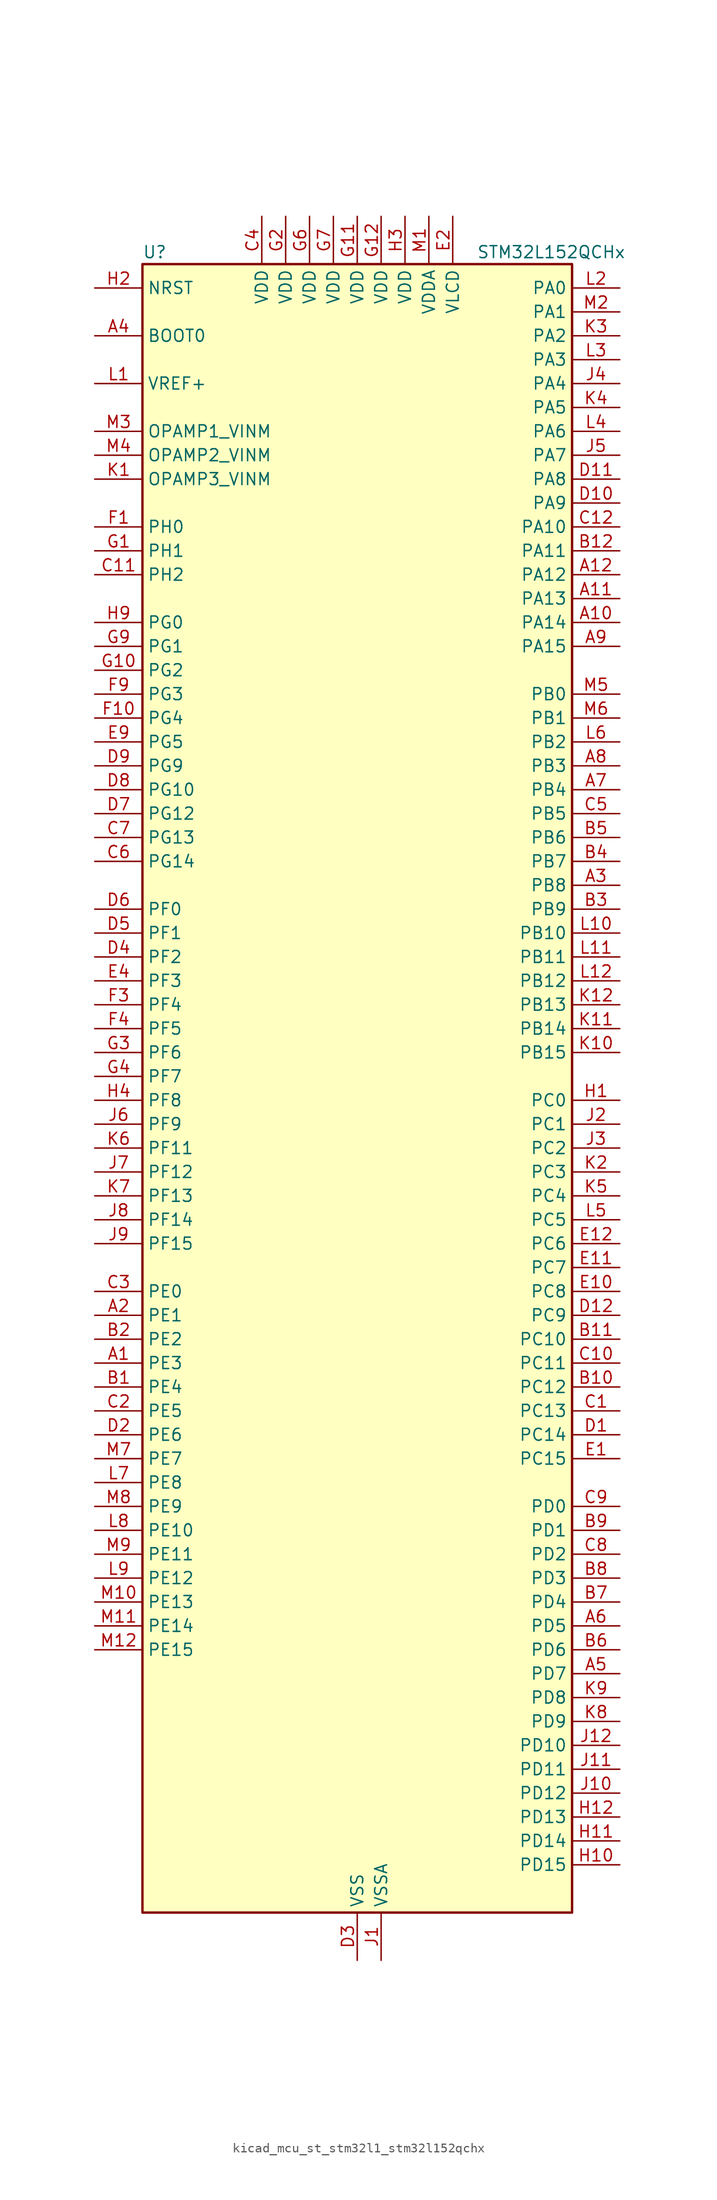
<source format=kicad_sym>
(kicad_symbol_lib
  (version 20220914)
  (generator kicad_symbol_editor)
  (symbol "kicad_mcu_st_stm32l1_stm32l152qchx"
    (property "Reference" "U"
      (at -22.86 90.17 0)
      (effects (font (size 1.27 1.27)) (justify left)))
    (property "Value" "STM32L152QCHx"
      (at 12.7 90.17 0)
      (effects (font (size 1.27 1.27)) (justify left)))
    (property "ki_locked" ""
      (at 0 0 0)
      (effects (font (size 1.27 1.27))))
    (symbol "kicad_mcu_st_stm32l1_stm32l152qchx_0_1"
      (rectangle (start -22.86 -86.36) (end 22.86 88.9) (stroke (width 0.254) (type default)) (fill (type background))))
    (symbol "kicad_mcu_st_stm32l1_stm32l152qchx_1_1"
      (pin bidirectional line (at -27.94 -27.94 0) (length 5.08) (name "PE3" (effects (font (size 1.27 1.27)))) (number "A1" (effects (font (size 1.27 1.27)))) (alternate "LCD_SEG39" bidirectional line) (alternate "SYS_TRACED0" bidirectional line) (alternate "TIM3_CH1" bidirectional line) (alternate "TIMX_IC4" bidirectional line))
      (pin bidirectional line (at 27.94 50.8 180) (length 5.08) (name "PA14" (effects (font (size 1.27 1.27)))) (number "A10" (effects (font (size 1.27 1.27)))) (alternate "SYS_JTCK-SWCLK" bidirectional line) (alternate "TIMX_IC3" bidirectional line) (alternate "TS_G5_IO2" bidirectional line))
      (pin bidirectional line (at 27.94 53.34 180) (length 5.08) (name "PA13" (effects (font (size 1.27 1.27)))) (number "A11" (effects (font (size 1.27 1.27)))) (alternate "SYS_JTMS-SWDIO" bidirectional line) (alternate "TIMX_IC2" bidirectional line) (alternate "TS_G5_IO1" bidirectional line))
      (pin bidirectional line (at 27.94 55.88 180) (length 5.08) (name "PA12" (effects (font (size 1.27 1.27)))) (number "A12" (effects (font (size 1.27 1.27)))) (alternate "SPI1_MOSI" bidirectional line) (alternate "TIMX_IC1" bidirectional line) (alternate "USART1_RTS" bidirectional line) (alternate "USB_DP" bidirectional line))
      (pin bidirectional line (at -27.94 -22.86 0) (length 5.08) (name "PE1" (effects (font (size 1.27 1.27)))) (number "A2" (effects (font (size 1.27 1.27)))) (alternate "LCD_SEG37" bidirectional line) (alternate "TIM11_CH1" bidirectional line) (alternate "TIMX_IC2" bidirectional line))
      (pin bidirectional line (at 27.94 22.86 180) (length 5.08) (name "PB8" (effects (font (size 1.27 1.27)))) (number "A3" (effects (font (size 1.27 1.27)))) (alternate "I2C1_SCL" bidirectional line) (alternate "LCD_SEG16" bidirectional line) (alternate "TIM10_CH1" bidirectional line) (alternate "TIM4_CH3" bidirectional line))
      (pin input line (at -27.94 81.28 0) (length 5.08) (name "BOOT0" (effects (font (size 1.27 1.27)))) (number "A4" (effects (font (size 1.27 1.27)))))
      (pin bidirectional line (at 27.94 -60.96 180) (length 5.08) (name "PD7" (effects (font (size 1.27 1.27)))) (number "A5" (effects (font (size 1.27 1.27)))) (alternate "TIM9_CH2" bidirectional line) (alternate "TIMX_IC4" bidirectional line) (alternate "USART2_CK" bidirectional line))
      (pin bidirectional line (at 27.94 -55.88 180) (length 5.08) (name "PD5" (effects (font (size 1.27 1.27)))) (number "A6" (effects (font (size 1.27 1.27)))) (alternate "TIMX_IC2" bidirectional line) (alternate "USART2_TX" bidirectional line))
      (pin bidirectional line (at 27.94 33.02 180) (length 5.08) (name "PB4" (effects (font (size 1.27 1.27)))) (number "A7" (effects (font (size 1.27 1.27)))) (alternate "COMP2_INP" bidirectional line) (alternate "LCD_SEG8" bidirectional line) (alternate "SPI1_MISO" bidirectional line) (alternate "SPI3_MISO" bidirectional line) (alternate "SYS_JTRST" bidirectional line) (alternate "TIM3_CH1" bidirectional line) (alternate "TS_G6_IO1" bidirectional line))
      (pin bidirectional line (at 27.94 35.56 180) (length 5.08) (name "PB3" (effects (font (size 1.27 1.27)))) (number "A8" (effects (font (size 1.27 1.27)))) (alternate "COMP2_INM" bidirectional line) (alternate "I2S3_CK" bidirectional line) (alternate "LCD_SEG7" bidirectional line) (alternate "SPI1_SCK" bidirectional line) (alternate "SPI3_SCK" bidirectional line) (alternate "SYS_JTDO-TRACESWO" bidirectional line) (alternate "TIM2_CH2" bidirectional line))
      (pin bidirectional line (at 27.94 48.26 180) (length 5.08) (name "PA15" (effects (font (size 1.27 1.27)))) (number "A9" (effects (font (size 1.27 1.27)))) (alternate "ADC_EXTI15" bidirectional line) (alternate "I2S3_WS" bidirectional line) (alternate "LCD_SEG17" bidirectional line) (alternate "SPI1_NSS" bidirectional line) (alternate "SPI3_NSS" bidirectional line) (alternate "SYS_JTDI" bidirectional line) (alternate "TIM2_CH1" bidirectional line) (alternate "TIM2_ETR" bidirectional line) (alternate "TIMX_IC4" bidirectional line) (alternate "TS_G5_IO3" bidirectional line))
      (pin bidirectional line (at -27.94 -30.48 0) (length 5.08) (name "PE4" (effects (font (size 1.27 1.27)))) (number "B1" (effects (font (size 1.27 1.27)))) (alternate "SYS_TRACED1" bidirectional line) (alternate "TIM3_CH2" bidirectional line) (alternate "TIMX_IC1" bidirectional line))
      (pin bidirectional line (at 27.94 -30.48 180) (length 5.08) (name "PC12" (effects (font (size 1.27 1.27)))) (number "B10" (effects (font (size 1.27 1.27)))) (alternate "I2S3_SD" bidirectional line) (alternate "LCD_COM6" bidirectional line) (alternate "LCD_SEG30" bidirectional line) (alternate "LCD_SEG42" bidirectional line) (alternate "SPI3_MOSI" bidirectional line) (alternate "TIMX_IC1" bidirectional line) (alternate "USART3_CK" bidirectional line))
      (pin bidirectional line (at 27.94 -25.4 180) (length 5.08) (name "PC10" (effects (font (size 1.27 1.27)))) (number "B11" (effects (font (size 1.27 1.27)))) (alternate "I2S3_CK" bidirectional line) (alternate "LCD_COM4" bidirectional line) (alternate "LCD_SEG28" bidirectional line) (alternate "LCD_SEG40" bidirectional line) (alternate "SPI3_SCK" bidirectional line) (alternate "TIMX_IC3" bidirectional line) (alternate "USART3_TX" bidirectional line))
      (pin bidirectional line (at 27.94 58.42 180) (length 5.08) (name "PA11" (effects (font (size 1.27 1.27)))) (number "B12" (effects (font (size 1.27 1.27)))) (alternate "ADC_EXTI11" bidirectional line) (alternate "SPI1_MISO" bidirectional line) (alternate "TIMX_IC4" bidirectional line) (alternate "USART1_CTS" bidirectional line) (alternate "USB_DM" bidirectional line))
      (pin bidirectional line (at -27.94 -25.4 0) (length 5.08) (name "PE2" (effects (font (size 1.27 1.27)))) (number "B2" (effects (font (size 1.27 1.27)))) (alternate "LCD_SEG38" bidirectional line) (alternate "SYS_TRACECK" bidirectional line) (alternate "TIM3_ETR" bidirectional line) (alternate "TIMX_IC3" bidirectional line))
      (pin bidirectional line (at 27.94 20.32 180) (length 5.08) (name "PB9" (effects (font (size 1.27 1.27)))) (number "B3" (effects (font (size 1.27 1.27)))) (alternate "DAC_EXTI9" bidirectional line) (alternate "I2C1_SDA" bidirectional line) (alternate "LCD_COM3" bidirectional line) (alternate "TIM11_CH1" bidirectional line) (alternate "TIM4_CH4" bidirectional line))
      (pin bidirectional line (at 27.94 25.4 180) (length 5.08) (name "PB7" (effects (font (size 1.27 1.27)))) (number "B4" (effects (font (size 1.27 1.27)))) (alternate "COMP2_INP" bidirectional line) (alternate "I2C1_SDA" bidirectional line) (alternate "SYS_PVD_IN" bidirectional line) (alternate "TIM4_CH2" bidirectional line) (alternate "TS_G6_IO4" bidirectional line) (alternate "USART1_RX" bidirectional line))
      (pin bidirectional line (at 27.94 27.94 180) (length 5.08) (name "PB6" (effects (font (size 1.27 1.27)))) (number "B5" (effects (font (size 1.27 1.27)))) (alternate "COMP2_INP" bidirectional line) (alternate "I2C1_SCL" bidirectional line) (alternate "TIM4_CH1" bidirectional line) (alternate "TS_G6_IO3" bidirectional line) (alternate "USART1_TX" bidirectional line))
      (pin bidirectional line (at 27.94 -58.42 180) (length 5.08) (name "PD6" (effects (font (size 1.27 1.27)))) (number "B6" (effects (font (size 1.27 1.27)))) (alternate "TIMX_IC3" bidirectional line) (alternate "USART2_RX" bidirectional line))
      (pin bidirectional line (at 27.94 -53.34 180) (length 5.08) (name "PD4" (effects (font (size 1.27 1.27)))) (number "B7" (effects (font (size 1.27 1.27)))) (alternate "I2S2_SD" bidirectional line) (alternate "SPI2_MOSI" bidirectional line) (alternate "TIMX_IC1" bidirectional line) (alternate "USART2_RTS" bidirectional line))
      (pin bidirectional line (at 27.94 -50.8 180) (length 5.08) (name "PD3" (effects (font (size 1.27 1.27)))) (number "B8" (effects (font (size 1.27 1.27)))) (alternate "SPI2_MISO" bidirectional line) (alternate "TIMX_IC4" bidirectional line) (alternate "USART2_CTS" bidirectional line))
      (pin bidirectional line (at 27.94 -45.72 180) (length 5.08) (name "PD1" (effects (font (size 1.27 1.27)))) (number "B9" (effects (font (size 1.27 1.27)))) (alternate "I2S2_CK" bidirectional line) (alternate "SPI2_SCK" bidirectional line) (alternate "TIMX_IC2" bidirectional line))
      (pin bidirectional line (at 27.94 -33.02 180) (length 5.08) (name "PC13" (effects (font (size 1.27 1.27)))) (number "C1" (effects (font (size 1.27 1.27)))) (alternate "RTC_OUT_ALARM" bidirectional line) (alternate "RTC_OUT_CALIB" bidirectional line) (alternate "RTC_TAMP1" bidirectional line) (alternate "RTC_TS" bidirectional line) (alternate "SYS_WKUP2" bidirectional line) (alternate "TIMX_IC2" bidirectional line))
      (pin bidirectional line (at 27.94 -27.94 180) (length 5.08) (name "PC11" (effects (font (size 1.27 1.27)))) (number "C10" (effects (font (size 1.27 1.27)))) (alternate "ADC_EXTI11" bidirectional line) (alternate "LCD_COM5" bidirectional line) (alternate "LCD_SEG29" bidirectional line) (alternate "LCD_SEG41" bidirectional line) (alternate "SPI3_MISO" bidirectional line) (alternate "TIMX_IC4" bidirectional line) (alternate "USART3_RX" bidirectional line))
      (pin bidirectional line (at -27.94 55.88 0) (length 5.08) (name "PH2" (effects (font (size 1.27 1.27)))) (number "C11" (effects (font (size 1.27 1.27)))))
      (pin bidirectional line (at 27.94 60.96 180) (length 5.08) (name "PA10" (effects (font (size 1.27 1.27)))) (number "C12" (effects (font (size 1.27 1.27)))) (alternate "LCD_COM2" bidirectional line) (alternate "TIMX_IC3" bidirectional line) (alternate "TS_G4_IO3" bidirectional line) (alternate "USART1_RX" bidirectional line))
      (pin bidirectional line (at -27.94 -33.02 0) (length 5.08) (name "PE5" (effects (font (size 1.27 1.27)))) (number "C2" (effects (font (size 1.27 1.27)))) (alternate "SYS_TRACED2" bidirectional line) (alternate "TIM9_CH1" bidirectional line) (alternate "TIMX_IC2" bidirectional line))
      (pin bidirectional line (at -27.94 -20.32 0) (length 5.08) (name "PE0" (effects (font (size 1.27 1.27)))) (number "C3" (effects (font (size 1.27 1.27)))) (alternate "LCD_SEG36" bidirectional line) (alternate "TIM10_CH1" bidirectional line) (alternate "TIM4_ETR" bidirectional line) (alternate "TIMX_IC1" bidirectional line))
      (pin power_in line (at -10.16 93.98 270) (length 5.08) (name "VDD" (effects (font (size 1.27 1.27)))) (number "C4" (effects (font (size 1.27 1.27)))))
      (pin bidirectional line (at 27.94 30.48 180) (length 5.08) (name "PB5" (effects (font (size 1.27 1.27)))) (number "C5" (effects (font (size 1.27 1.27)))) (alternate "COMP2_INP" bidirectional line) (alternate "I2C1_SMBA" bidirectional line) (alternate "I2S3_SD" bidirectional line) (alternate "LCD_SEG9" bidirectional line) (alternate "SPI1_MOSI" bidirectional line) (alternate "SPI3_MOSI" bidirectional line) (alternate "TIM3_CH2" bidirectional line) (alternate "TS_G6_IO2" bidirectional line))
      (pin bidirectional line (at -27.94 25.4 0) (length 5.08) (name "PG14" (effects (font (size 1.27 1.27)))) (number "C6" (effects (font (size 1.27 1.27)))))
      (pin bidirectional line (at -27.94 27.94 0) (length 5.08) (name "PG13" (effects (font (size 1.27 1.27)))) (number "C7" (effects (font (size 1.27 1.27)))))
      (pin bidirectional line (at 27.94 -48.26 180) (length 5.08) (name "PD2" (effects (font (size 1.27 1.27)))) (number "C8" (effects (font (size 1.27 1.27)))) (alternate "LCD_COM7" bidirectional line) (alternate "LCD_SEG31" bidirectional line) (alternate "LCD_SEG43" bidirectional line) (alternate "TIM3_ETR" bidirectional line) (alternate "TIMX_IC3" bidirectional line))
      (pin bidirectional line (at 27.94 -43.18 180) (length 5.08) (name "PD0" (effects (font (size 1.27 1.27)))) (number "C9" (effects (font (size 1.27 1.27)))) (alternate "I2S2_WS" bidirectional line) (alternate "SPI2_NSS" bidirectional line) (alternate "TIM9_CH1" bidirectional line) (alternate "TIMX_IC1" bidirectional line))
      (pin bidirectional line (at 27.94 -35.56 180) (length 5.08) (name "PC14" (effects (font (size 1.27 1.27)))) (number "D1" (effects (font (size 1.27 1.27)))) (alternate "RCC_OSC32_IN" bidirectional line) (alternate "TIMX_IC3" bidirectional line))
      (pin bidirectional line (at 27.94 63.5 180) (length 5.08) (name "PA9" (effects (font (size 1.27 1.27)))) (number "D10" (effects (font (size 1.27 1.27)))) (alternate "DAC_EXTI9" bidirectional line) (alternate "LCD_COM1" bidirectional line) (alternate "TIMX_IC2" bidirectional line) (alternate "TS_G4_IO2" bidirectional line) (alternate "USART1_TX" bidirectional line))
      (pin bidirectional line (at 27.94 66.04 180) (length 5.08) (name "PA8" (effects (font (size 1.27 1.27)))) (number "D11" (effects (font (size 1.27 1.27)))) (alternate "LCD_COM0" bidirectional line) (alternate "RCC_MCO" bidirectional line) (alternate "TIMX_IC1" bidirectional line) (alternate "TS_G4_IO1" bidirectional line) (alternate "USART1_CK" bidirectional line))
      (pin bidirectional line (at 27.94 -22.86 180) (length 5.08) (name "PC9" (effects (font (size 1.27 1.27)))) (number "D12" (effects (font (size 1.27 1.27)))) (alternate "DAC_EXTI9" bidirectional line) (alternate "LCD_SEG27" bidirectional line) (alternate "TIM3_CH4" bidirectional line) (alternate "TIMX_IC2" bidirectional line) (alternate "TS_G10_IO4" bidirectional line))
      (pin bidirectional line (at -27.94 -35.56 0) (length 5.08) (name "PE6" (effects (font (size 1.27 1.27)))) (number "D2" (effects (font (size 1.27 1.27)))) (alternate "RTC_TAMP3" bidirectional line) (alternate "SYS_TRACED3" bidirectional line) (alternate "SYS_WKUP3" bidirectional line) (alternate "TIM9_CH2" bidirectional line) (alternate "TIMX_IC3" bidirectional line))
      (pin power_in line (at 0 -91.44 90) (length 5.08) (name "VSS" (effects (font (size 1.27 1.27)))) (number "D3" (effects (font (size 1.27 1.27)))))
      (pin bidirectional line (at -27.94 15.24 0) (length 5.08) (name "PF2" (effects (font (size 1.27 1.27)))) (number "D4" (effects (font (size 1.27 1.27)))))
      (pin bidirectional line (at -27.94 17.78 0) (length 5.08) (name "PF1" (effects (font (size 1.27 1.27)))) (number "D5" (effects (font (size 1.27 1.27)))))
      (pin bidirectional line (at -27.94 20.32 0) (length 5.08) (name "PF0" (effects (font (size 1.27 1.27)))) (number "D6" (effects (font (size 1.27 1.27)))))
      (pin bidirectional line (at -27.94 30.48 0) (length 5.08) (name "PG12" (effects (font (size 1.27 1.27)))) (number "D7" (effects (font (size 1.27 1.27)))))
      (pin bidirectional line (at -27.94 33.02 0) (length 5.08) (name "PG10" (effects (font (size 1.27 1.27)))) (number "D8" (effects (font (size 1.27 1.27)))))
      (pin bidirectional line (at -27.94 35.56 0) (length 5.08) (name "PG9" (effects (font (size 1.27 1.27)))) (number "D9" (effects (font (size 1.27 1.27)))) (alternate "DAC_EXTI9" bidirectional line))
      (pin bidirectional line (at 27.94 -38.1 180) (length 5.08) (name "PC15" (effects (font (size 1.27 1.27)))) (number "E1" (effects (font (size 1.27 1.27)))) (alternate "ADC_EXTI15" bidirectional line) (alternate "RCC_OSC32_OUT" bidirectional line) (alternate "TIMX_IC4" bidirectional line))
      (pin bidirectional line (at 27.94 -20.32 180) (length 5.08) (name "PC8" (effects (font (size 1.27 1.27)))) (number "E10" (effects (font (size 1.27 1.27)))) (alternate "LCD_SEG26" bidirectional line) (alternate "TIM3_CH3" bidirectional line) (alternate "TIMX_IC1" bidirectional line) (alternate "TS_G10_IO3" bidirectional line))
      (pin bidirectional line (at 27.94 -17.78 180) (length 5.08) (name "PC7" (effects (font (size 1.27 1.27)))) (number "E11" (effects (font (size 1.27 1.27)))) (alternate "I2S3_MCK" bidirectional line) (alternate "LCD_SEG25" bidirectional line) (alternate "TIM3_CH2" bidirectional line) (alternate "TIMX_IC4" bidirectional line) (alternate "TS_G10_IO2" bidirectional line))
      (pin bidirectional line (at 27.94 -15.24 180) (length 5.08) (name "PC6" (effects (font (size 1.27 1.27)))) (number "E12" (effects (font (size 1.27 1.27)))) (alternate "I2S2_MCK" bidirectional line) (alternate "LCD_SEG24" bidirectional line) (alternate "TIM3_CH1" bidirectional line) (alternate "TIMX_IC3" bidirectional line) (alternate "TS_G10_IO1" bidirectional line))
      (pin power_in line (at 10.16 93.98 270) (length 5.08) (name "VLCD" (effects (font (size 1.27 1.27)))) (number "E2" (effects (font (size 1.27 1.27)))))
      (pin passive line (at 0 -91.44 90) (length 5.08) hide (name "VSS" (effects (font (size 1.27 1.27)))) (number "E3" (effects (font (size 1.27 1.27)))))
      (pin bidirectional line (at -27.94 12.7 0) (length 5.08) (name "PF3" (effects (font (size 1.27 1.27)))) (number "E4" (effects (font (size 1.27 1.27)))))
      (pin bidirectional line (at -27.94 38.1 0) (length 5.08) (name "PG5" (effects (font (size 1.27 1.27)))) (number "E9" (effects (font (size 1.27 1.27)))))
      (pin bidirectional line (at -27.94 60.96 0) (length 5.08) (name "PH0" (effects (font (size 1.27 1.27)))) (number "F1" (effects (font (size 1.27 1.27)))) (alternate "RCC_OSC_IN" bidirectional line))
      (pin bidirectional line (at -27.94 40.64 0) (length 5.08) (name "PG4" (effects (font (size 1.27 1.27)))) (number "F10" (effects (font (size 1.27 1.27)))) (alternate "ADC_IN12b" bidirectional line) (alternate "TS_G7_IO7" bidirectional line))
      (pin passive line (at 0 -91.44 90) (length 5.08) hide (name "VSS" (effects (font (size 1.27 1.27)))) (number "F11" (effects (font (size 1.27 1.27)))))
      (pin passive line (at 0 -91.44 90) (length 5.08) hide (name "VSS" (effects (font (size 1.27 1.27)))) (number "F12" (effects (font (size 1.27 1.27)))))
      (pin passive line (at 0 -91.44 90) (length 5.08) hide (name "VSS" (effects (font (size 1.27 1.27)))) (number "F2" (effects (font (size 1.27 1.27)))))
      (pin bidirectional line (at -27.94 10.16 0) (length 5.08) (name "PF4" (effects (font (size 1.27 1.27)))) (number "F3" (effects (font (size 1.27 1.27)))))
      (pin bidirectional line (at -27.94 7.62 0) (length 5.08) (name "PF5" (effects (font (size 1.27 1.27)))) (number "F4" (effects (font (size 1.27 1.27)))))
      (pin passive line (at 0 -91.44 90) (length 5.08) hide (name "VSS" (effects (font (size 1.27 1.27)))) (number "F6" (effects (font (size 1.27 1.27)))))
      (pin passive line (at 0 -91.44 90) (length 5.08) hide (name "VSS" (effects (font (size 1.27 1.27)))) (number "F7" (effects (font (size 1.27 1.27)))))
      (pin bidirectional line (at -27.94 43.18 0) (length 5.08) (name "PG3" (effects (font (size 1.27 1.27)))) (number "F9" (effects (font (size 1.27 1.27)))) (alternate "ADC_IN11b" bidirectional line) (alternate "TS_G7_IO6" bidirectional line))
      (pin bidirectional line (at -27.94 58.42 0) (length 5.08) (name "PH1" (effects (font (size 1.27 1.27)))) (number "G1" (effects (font (size 1.27 1.27)))) (alternate "RCC_OSC_OUT" bidirectional line))
      (pin bidirectional line (at -27.94 45.72 0) (length 5.08) (name "PG2" (effects (font (size 1.27 1.27)))) (number "G10" (effects (font (size 1.27 1.27)))) (alternate "ADC_IN10b" bidirectional line) (alternate "TS_G7_IO5" bidirectional line))
      (pin power_in line (at 0 93.98 270) (length 5.08) (name "VDD" (effects (font (size 1.27 1.27)))) (number "G11" (effects (font (size 1.27 1.27)))))
      (pin power_in line (at 2.54 93.98 270) (length 5.08) (name "VDD" (effects (font (size 1.27 1.27)))) (number "G12" (effects (font (size 1.27 1.27)))))
      (pin power_in line (at -7.62 93.98 270) (length 5.08) (name "VDD" (effects (font (size 1.27 1.27)))) (number "G2" (effects (font (size 1.27 1.27)))))
      (pin bidirectional line (at -27.94 5.08 0) (length 5.08) (name "PF6" (effects (font (size 1.27 1.27)))) (number "G3" (effects (font (size 1.27 1.27)))) (alternate "ADC_IN27" bidirectional line) (alternate "TIM5_CH1" bidirectional line) (alternate "TIM5_ETR" bidirectional line) (alternate "TS_G11_IO1" bidirectional line))
      (pin bidirectional line (at -27.94 2.54 0) (length 5.08) (name "PF7" (effects (font (size 1.27 1.27)))) (number "G4" (effects (font (size 1.27 1.27)))) (alternate "ADC_IN28" bidirectional line) (alternate "COMP1_INP" bidirectional line) (alternate "TIM5_CH2" bidirectional line) (alternate "TS_G11_IO2" bidirectional line))
      (pin power_in line (at -5.08 93.98 270) (length 5.08) (name "VDD" (effects (font (size 1.27 1.27)))) (number "G6" (effects (font (size 1.27 1.27)))))
      (pin power_in line (at -2.54 93.98 270) (length 5.08) (name "VDD" (effects (font (size 1.27 1.27)))) (number "G7" (effects (font (size 1.27 1.27)))))
      (pin bidirectional line (at -27.94 48.26 0) (length 5.08) (name "PG1" (effects (font (size 1.27 1.27)))) (number "G9" (effects (font (size 1.27 1.27)))) (alternate "ADC_IN9b" bidirectional line) (alternate "TS_G2_IO5" bidirectional line))
      (pin bidirectional line (at 27.94 0 180) (length 5.08) (name "PC0" (effects (font (size 1.27 1.27)))) (number "H1" (effects (font (size 1.27 1.27)))) (alternate "ADC_IN10" bidirectional line) (alternate "COMP1_INP" bidirectional line) (alternate "LCD_SEG18" bidirectional line) (alternate "TIMX_IC1" bidirectional line) (alternate "TS_G8_IO1" bidirectional line))
      (pin bidirectional line (at 27.94 -81.28 180) (length 5.08) (name "PD15" (effects (font (size 1.27 1.27)))) (number "H10" (effects (font (size 1.27 1.27)))) (alternate "ADC_EXTI15" bidirectional line) (alternate "LCD_SEG35" bidirectional line) (alternate "TIM4_CH4" bidirectional line) (alternate "TIMX_IC4" bidirectional line))
      (pin bidirectional line (at 27.94 -78.74 180) (length 5.08) (name "PD14" (effects (font (size 1.27 1.27)))) (number "H11" (effects (font (size 1.27 1.27)))) (alternate "LCD_SEG34" bidirectional line) (alternate "TIM4_CH3" bidirectional line) (alternate "TIMX_IC3" bidirectional line))
      (pin bidirectional line (at 27.94 -76.2 180) (length 5.08) (name "PD13" (effects (font (size 1.27 1.27)))) (number "H12" (effects (font (size 1.27 1.27)))) (alternate "LCD_SEG33" bidirectional line) (alternate "TIM4_CH2" bidirectional line) (alternate "TIMX_IC2" bidirectional line))
      (pin input line (at -27.94 86.36 0) (length 5.08) (name "NRST" (effects (font (size 1.27 1.27)))) (number "H2" (effects (font (size 1.27 1.27)))))
      (pin power_in line (at 5.08 93.98 270) (length 5.08) (name "VDD" (effects (font (size 1.27 1.27)))) (number "H3" (effects (font (size 1.27 1.27)))))
      (pin bidirectional line (at -27.94 0 0) (length 5.08) (name "PF8" (effects (font (size 1.27 1.27)))) (number "H4" (effects (font (size 1.27 1.27)))) (alternate "ADC_IN29" bidirectional line) (alternate "COMP1_INP" bidirectional line) (alternate "TIM5_CH3" bidirectional line) (alternate "TS_G11_IO3" bidirectional line))
      (pin bidirectional line (at -27.94 50.8 0) (length 5.08) (name "PG0" (effects (font (size 1.27 1.27)))) (number "H9" (effects (font (size 1.27 1.27)))) (alternate "ADC_IN8b" bidirectional line) (alternate "TS_G2_IO4" bidirectional line))
      (pin power_in line (at 2.54 -91.44 90) (length 5.08) (name "VSSA" (effects (font (size 1.27 1.27)))) (number "J1" (effects (font (size 1.27 1.27)))))
      (pin bidirectional line (at 27.94 -73.66 180) (length 5.08) (name "PD12" (effects (font (size 1.27 1.27)))) (number "J10" (effects (font (size 1.27 1.27)))) (alternate "LCD_SEG32" bidirectional line) (alternate "TIM4_CH1" bidirectional line) (alternate "TIMX_IC1" bidirectional line) (alternate "USART3_RTS" bidirectional line))
      (pin bidirectional line (at 27.94 -71.12 180) (length 5.08) (name "PD11" (effects (font (size 1.27 1.27)))) (number "J11" (effects (font (size 1.27 1.27)))) (alternate "ADC_EXTI11" bidirectional line) (alternate "LCD_SEG31" bidirectional line) (alternate "TIMX_IC4" bidirectional line) (alternate "USART3_CTS" bidirectional line))
      (pin bidirectional line (at 27.94 -68.58 180) (length 5.08) (name "PD10" (effects (font (size 1.27 1.27)))) (number "J12" (effects (font (size 1.27 1.27)))) (alternate "LCD_SEG30" bidirectional line) (alternate "TIMX_IC3" bidirectional line) (alternate "USART3_CK" bidirectional line))
      (pin bidirectional line (at 27.94 -2.54 180) (length 5.08) (name "PC1" (effects (font (size 1.27 1.27)))) (number "J2" (effects (font (size 1.27 1.27)))) (alternate "ADC_IN11" bidirectional line) (alternate "COMP1_INP" bidirectional line) (alternate "LCD_SEG19" bidirectional line) (alternate "TIMX_IC2" bidirectional line) (alternate "TS_G8_IO2" bidirectional line))
      (pin bidirectional line (at 27.94 -5.08 180) (length 5.08) (name "PC2" (effects (font (size 1.27 1.27)))) (number "J3" (effects (font (size 1.27 1.27)))) (alternate "ADC_IN12" bidirectional line) (alternate "COMP1_INP" bidirectional line) (alternate "LCD_SEG20" bidirectional line) (alternate "TIMX_IC3" bidirectional line) (alternate "TS_G8_IO3" bidirectional line))
      (pin bidirectional line (at 27.94 76.2 180) (length 5.08) (name "PA4" (effects (font (size 1.27 1.27)))) (number "J4" (effects (font (size 1.27 1.27)))) (alternate "ADC_IN4" bidirectional line) (alternate "COMP1_INP" bidirectional line) (alternate "DAC_OUT1" bidirectional line) (alternate "I2S3_WS" bidirectional line) (alternate "SPI1_NSS" bidirectional line) (alternate "SPI3_NSS" bidirectional line) (alternate "TIMX_IC1" bidirectional line) (alternate "USART2_CK" bidirectional line))
      (pin bidirectional line (at 27.94 68.58 180) (length 5.08) (name "PA7" (effects (font (size 1.27 1.27)))) (number "J5" (effects (font (size 1.27 1.27)))) (alternate "ADC_IN7" bidirectional line) (alternate "COMP1_INP" bidirectional line) (alternate "LCD_SEG4" bidirectional line) (alternate "SPI1_MOSI" bidirectional line) (alternate "TIM11_CH1" bidirectional line) (alternate "TIM3_CH2" bidirectional line) (alternate "TIMX_IC4" bidirectional line) (alternate "TS_G2_IO2" bidirectional line))
      (pin bidirectional line (at -27.94 -2.54 0) (length 5.08) (name "PF9" (effects (font (size 1.27 1.27)))) (number "J6" (effects (font (size 1.27 1.27)))) (alternate "ADC_IN30" bidirectional line) (alternate "COMP1_INP" bidirectional line) (alternate "DAC_EXTI9" bidirectional line) (alternate "TIM5_CH4" bidirectional line) (alternate "TS_G11_IO4" bidirectional line))
      (pin bidirectional line (at -27.94 -7.62 0) (length 5.08) (name "PF12" (effects (font (size 1.27 1.27)))) (number "J7" (effects (font (size 1.27 1.27)))) (alternate "ADC_IN2b" bidirectional line) (alternate "TS_G3_IO5" bidirectional line))
      (pin bidirectional line (at -27.94 -12.7 0) (length 5.08) (name "PF14" (effects (font (size 1.27 1.27)))) (number "J8" (effects (font (size 1.27 1.27)))) (alternate "ADC_IN6b" bidirectional line) (alternate "TS_G9_IO4" bidirectional line))
      (pin bidirectional line (at -27.94 -15.24 0) (length 5.08) (name "PF15" (effects (font (size 1.27 1.27)))) (number "J9" (effects (font (size 1.27 1.27)))) (alternate "ADC_EXTI15" bidirectional line) (alternate "ADC_IN7b" bidirectional line) (alternate "TS_G2_IO3" bidirectional line))
      (pin input line (at -27.94 66.04 0) (length 5.08) (name "OPAMP3_VINM" (effects (font (size 1.27 1.27)))) (number "K1" (effects (font (size 1.27 1.27)))))
      (pin bidirectional line (at 27.94 5.08 180) (length 5.08) (name "PB15" (effects (font (size 1.27 1.27)))) (number "K10" (effects (font (size 1.27 1.27)))) (alternate "ADC_EXTI15" bidirectional line) (alternate "ADC_IN21" bidirectional line) (alternate "COMP1_INP" bidirectional line) (alternate "I2S2_SD" bidirectional line) (alternate "LCD_SEG15" bidirectional line) (alternate "RTC_REFIN" bidirectional line) (alternate "SPI2_MOSI" bidirectional line) (alternate "TIM11_CH1" bidirectional line) (alternate "TS_G7_IO4" bidirectional line))
      (pin bidirectional line (at 27.94 7.62 180) (length 5.08) (name "PB14" (effects (font (size 1.27 1.27)))) (number "K11" (effects (font (size 1.27 1.27)))) (alternate "ADC_IN20" bidirectional line) (alternate "COMP1_INP" bidirectional line) (alternate "LCD_SEG14" bidirectional line) (alternate "SPI2_MISO" bidirectional line) (alternate "TIM9_CH2" bidirectional line) (alternate "TS_G7_IO3" bidirectional line) (alternate "USART3_RTS" bidirectional line))
      (pin bidirectional line (at 27.94 10.16 180) (length 5.08) (name "PB13" (effects (font (size 1.27 1.27)))) (number "K12" (effects (font (size 1.27 1.27)))) (alternate "ADC_IN19" bidirectional line) (alternate "COMP1_INP" bidirectional line) (alternate "I2S2_CK" bidirectional line) (alternate "LCD_SEG13" bidirectional line) (alternate "SPI2_SCK" bidirectional line) (alternate "TIM9_CH1" bidirectional line) (alternate "TS_G7_IO2" bidirectional line) (alternate "USART3_CTS" bidirectional line))
      (pin bidirectional line (at 27.94 -7.62 180) (length 5.08) (name "PC3" (effects (font (size 1.27 1.27)))) (number "K2" (effects (font (size 1.27 1.27)))) (alternate "ADC_IN13" bidirectional line) (alternate "COMP1_INP" bidirectional line) (alternate "LCD_SEG21" bidirectional line) (alternate "TIMX_IC4" bidirectional line) (alternate "TS_G8_IO4" bidirectional line))
      (pin bidirectional line (at 27.94 81.28 180) (length 5.08) (name "PA2" (effects (font (size 1.27 1.27)))) (number "K3" (effects (font (size 1.27 1.27)))) (alternate "ADC_IN2" bidirectional line) (alternate "COMP1_INP" bidirectional line) (alternate "LCD_SEG1" bidirectional line) (alternate "TIM2_CH3" bidirectional line) (alternate "TIM5_CH3" bidirectional line) (alternate "TIM9_CH1" bidirectional line) (alternate "TIMX_IC3" bidirectional line) (alternate "TS_G1_IO3" bidirectional line) (alternate "USART2_TX" bidirectional line))
      (pin bidirectional line (at 27.94 73.66 180) (length 5.08) (name "PA5" (effects (font (size 1.27 1.27)))) (number "K4" (effects (font (size 1.27 1.27)))) (alternate "ADC_IN5" bidirectional line) (alternate "COMP1_INP" bidirectional line) (alternate "DAC_OUT2" bidirectional line) (alternate "SPI1_SCK" bidirectional line) (alternate "TIM2_CH1" bidirectional line) (alternate "TIM2_ETR" bidirectional line) (alternate "TIMX_IC2" bidirectional line))
      (pin bidirectional line (at 27.94 -10.16 180) (length 5.08) (name "PC4" (effects (font (size 1.27 1.27)))) (number "K5" (effects (font (size 1.27 1.27)))) (alternate "ADC_IN14" bidirectional line) (alternate "COMP1_INP" bidirectional line) (alternate "LCD_SEG22" bidirectional line) (alternate "TIMX_IC1" bidirectional line) (alternate "TS_G9_IO1" bidirectional line))
      (pin bidirectional line (at -27.94 -5.08 0) (length 5.08) (name "PF11" (effects (font (size 1.27 1.27)))) (number "K6" (effects (font (size 1.27 1.27)))) (alternate "ADC_EXTI11" bidirectional line) (alternate "ADC_IN1b" bidirectional line) (alternate "TS_G3_IO4" bidirectional line))
      (pin bidirectional line (at -27.94 -10.16 0) (length 5.08) (name "PF13" (effects (font (size 1.27 1.27)))) (number "K7" (effects (font (size 1.27 1.27)))) (alternate "ADC_IN3b" bidirectional line) (alternate "TS_G9_IO3" bidirectional line))
      (pin bidirectional line (at 27.94 -66.04 180) (length 5.08) (name "PD9" (effects (font (size 1.27 1.27)))) (number "K8" (effects (font (size 1.27 1.27)))) (alternate "DAC_EXTI9" bidirectional line) (alternate "LCD_SEG29" bidirectional line) (alternate "TIMX_IC2" bidirectional line) (alternate "USART3_RX" bidirectional line))
      (pin bidirectional line (at 27.94 -63.5 180) (length 5.08) (name "PD8" (effects (font (size 1.27 1.27)))) (number "K9" (effects (font (size 1.27 1.27)))) (alternate "LCD_SEG28" bidirectional line) (alternate "TIMX_IC1" bidirectional line) (alternate "USART3_TX" bidirectional line))
      (pin input line (at -27.94 76.2 0) (length 5.08) (name "VREF+" (effects (font (size 1.27 1.27)))) (number "L1" (effects (font (size 1.27 1.27)))))
      (pin bidirectional line (at 27.94 17.78 180) (length 5.08) (name "PB10" (effects (font (size 1.27 1.27)))) (number "L10" (effects (font (size 1.27 1.27)))) (alternate "I2C2_SCL" bidirectional line) (alternate "LCD_SEG10" bidirectional line) (alternate "TIM2_CH3" bidirectional line) (alternate "USART3_TX" bidirectional line))
      (pin bidirectional line (at 27.94 15.24 180) (length 5.08) (name "PB11" (effects (font (size 1.27 1.27)))) (number "L11" (effects (font (size 1.27 1.27)))) (alternate "ADC_EXTI11" bidirectional line) (alternate "I2C2_SDA" bidirectional line) (alternate "LCD_SEG11" bidirectional line) (alternate "TIM2_CH4" bidirectional line) (alternate "USART3_RX" bidirectional line))
      (pin bidirectional line (at 27.94 12.7 180) (length 5.08) (name "PB12" (effects (font (size 1.27 1.27)))) (number "L12" (effects (font (size 1.27 1.27)))) (alternate "ADC_IN18" bidirectional line) (alternate "COMP1_INP" bidirectional line) (alternate "I2C2_SMBA" bidirectional line) (alternate "I2S2_WS" bidirectional line) (alternate "LCD_SEG12" bidirectional line) (alternate "SPI2_NSS" bidirectional line) (alternate "TIM10_CH1" bidirectional line) (alternate "TS_G7_IO1" bidirectional line) (alternate "USART3_CK" bidirectional line))
      (pin bidirectional line (at 27.94 86.36 180) (length 5.08) (name "PA0" (effects (font (size 1.27 1.27)))) (number "L2" (effects (font (size 1.27 1.27)))) (alternate "ADC_IN0" bidirectional line) (alternate "COMP1_INP" bidirectional line) (alternate "RTC_TAMP2" bidirectional line) (alternate "SYS_WKUP1" bidirectional line) (alternate "TIM2_CH1" bidirectional line) (alternate "TIM2_ETR" bidirectional line) (alternate "TIM5_CH1" bidirectional line) (alternate "TIMX_IC1" bidirectional line) (alternate "TS_G1_IO1" bidirectional line) (alternate "USART2_CTS" bidirectional line))
      (pin bidirectional line (at 27.94 78.74 180) (length 5.08) (name "PA3" (effects (font (size 1.27 1.27)))) (number "L3" (effects (font (size 1.27 1.27)))) (alternate "ADC_IN3" bidirectional line) (alternate "COMP1_INP" bidirectional line) (alternate "LCD_SEG2" bidirectional line) (alternate "OPAMP1_VOUT" bidirectional line) (alternate "TIM2_CH4" bidirectional line) (alternate "TIM5_CH4" bidirectional line) (alternate "TIM9_CH2" bidirectional line) (alternate "TIMX_IC4" bidirectional line) (alternate "TS_G1_IO4" bidirectional line) (alternate "USART2_RX" bidirectional line))
      (pin bidirectional line (at 27.94 71.12 180) (length 5.08) (name "PA6" (effects (font (size 1.27 1.27)))) (number "L4" (effects (font (size 1.27 1.27)))) (alternate "ADC_IN6" bidirectional line) (alternate "COMP1_INP" bidirectional line) (alternate "LCD_SEG3" bidirectional line) (alternate "OPAMP2_VINP" bidirectional line) (alternate "SPI1_MISO" bidirectional line) (alternate "TIM10_CH1" bidirectional line) (alternate "TIM3_CH1" bidirectional line) (alternate "TIMX_IC3" bidirectional line) (alternate "TS_G2_IO1" bidirectional line))
      (pin bidirectional line (at 27.94 -12.7 180) (length 5.08) (name "PC5" (effects (font (size 1.27 1.27)))) (number "L5" (effects (font (size 1.27 1.27)))) (alternate "ADC_IN15" bidirectional line) (alternate "COMP1_INP" bidirectional line) (alternate "LCD_SEG23" bidirectional line) (alternate "TIMX_IC2" bidirectional line) (alternate "TS_G9_IO2" bidirectional line))
      (pin bidirectional line (at 27.94 38.1 180) (length 5.08) (name "PB2" (effects (font (size 1.27 1.27)))) (number "L6" (effects (font (size 1.27 1.27)))) (alternate "ADC_IN0b" bidirectional line) (alternate "TS_G3_IO3" bidirectional line))
      (pin bidirectional line (at -27.94 -40.64 0) (length 5.08) (name "PE8" (effects (font (size 1.27 1.27)))) (number "L7" (effects (font (size 1.27 1.27)))) (alternate "ADC_IN23" bidirectional line) (alternate "COMP1_INP" bidirectional line) (alternate "TIMX_IC1" bidirectional line))
      (pin bidirectional line (at -27.94 -45.72 0) (length 5.08) (name "PE10" (effects (font (size 1.27 1.27)))) (number "L8" (effects (font (size 1.27 1.27)))) (alternate "ADC_IN25" bidirectional line) (alternate "COMP1_INP" bidirectional line) (alternate "TIM2_CH2" bidirectional line) (alternate "TIMX_IC3" bidirectional line))
      (pin bidirectional line (at -27.94 -50.8 0) (length 5.08) (name "PE12" (effects (font (size 1.27 1.27)))) (number "L9" (effects (font (size 1.27 1.27)))) (alternate "SPI1_NSS" bidirectional line) (alternate "TIM2_CH4" bidirectional line) (alternate "TIMX_IC1" bidirectional line))
      (pin power_in line (at 7.62 93.98 270) (length 5.08) (name "VDDA" (effects (font (size 1.27 1.27)))) (number "M1" (effects (font (size 1.27 1.27)))))
      (pin bidirectional line (at -27.94 -53.34 0) (length 5.08) (name "PE13" (effects (font (size 1.27 1.27)))) (number "M10" (effects (font (size 1.27 1.27)))) (alternate "SPI1_SCK" bidirectional line) (alternate "TIMX_IC2" bidirectional line))
      (pin bidirectional line (at -27.94 -55.88 0) (length 5.08) (name "PE14" (effects (font (size 1.27 1.27)))) (number "M11" (effects (font (size 1.27 1.27)))) (alternate "SPI1_MISO" bidirectional line) (alternate "TIMX_IC3" bidirectional line))
      (pin bidirectional line (at -27.94 -58.42 0) (length 5.08) (name "PE15" (effects (font (size 1.27 1.27)))) (number "M12" (effects (font (size 1.27 1.27)))) (alternate "ADC_EXTI15" bidirectional line) (alternate "SPI1_MOSI" bidirectional line) (alternate "TIMX_IC4" bidirectional line))
      (pin bidirectional line (at 27.94 83.82 180) (length 5.08) (name "PA1" (effects (font (size 1.27 1.27)))) (number "M2" (effects (font (size 1.27 1.27)))) (alternate "ADC_IN1" bidirectional line) (alternate "COMP1_INP" bidirectional line) (alternate "LCD_SEG0" bidirectional line) (alternate "OPAMP1_VINP" bidirectional line) (alternate "TIM2_CH2" bidirectional line) (alternate "TIM5_CH2" bidirectional line) (alternate "TIMX_IC2" bidirectional line) (alternate "TS_G1_IO2" bidirectional line) (alternate "USART2_RTS" bidirectional line))
      (pin input line (at -27.94 71.12 0) (length 5.08) (name "OPAMP1_VINM" (effects (font (size 1.27 1.27)))) (number "M3" (effects (font (size 1.27 1.27)))) (alternate "OPAMP1_VINM" bidirectional line))
      (pin input line (at -27.94 68.58 0) (length 5.08) (name "OPAMP2_VINM" (effects (font (size 1.27 1.27)))) (number "M4" (effects (font (size 1.27 1.27)))) (alternate "OPAMP2_VINM" bidirectional line))
      (pin bidirectional line (at 27.94 43.18 180) (length 5.08) (name "PB0" (effects (font (size 1.27 1.27)))) (number "M5" (effects (font (size 1.27 1.27)))) (alternate "ADC_IN8" bidirectional line) (alternate "COMP1_INP" bidirectional line) (alternate "LCD_SEG5" bidirectional line) (alternate "OPAMP2_VOUT" bidirectional line) (alternate "SYS_V_REF_OUT" bidirectional line) (alternate "TIM3_CH3" bidirectional line) (alternate "TS_G3_IO1" bidirectional line))
      (pin bidirectional line (at 27.94 40.64 180) (length 5.08) (name "PB1" (effects (font (size 1.27 1.27)))) (number "M6" (effects (font (size 1.27 1.27)))) (alternate "ADC_IN9" bidirectional line) (alternate "COMP1_INP" bidirectional line) (alternate "LCD_SEG6" bidirectional line) (alternate "SYS_V_REF_OUT" bidirectional line) (alternate "TIM3_CH4" bidirectional line) (alternate "TS_G3_IO2" bidirectional line))
      (pin bidirectional line (at -27.94 -38.1 0) (length 5.08) (name "PE7" (effects (font (size 1.27 1.27)))) (number "M7" (effects (font (size 1.27 1.27)))) (alternate "ADC_IN22" bidirectional line) (alternate "COMP1_INP" bidirectional line) (alternate "TIMX_IC4" bidirectional line))
      (pin bidirectional line (at -27.94 -43.18 0) (length 5.08) (name "PE9" (effects (font (size 1.27 1.27)))) (number "M8" (effects (font (size 1.27 1.27)))) (alternate "ADC_IN24" bidirectional line) (alternate "COMP1_INP" bidirectional line) (alternate "DAC_EXTI9" bidirectional line) (alternate "TIM2_CH1" bidirectional line) (alternate "TIM2_ETR" bidirectional line) (alternate "TIMX_IC2" bidirectional line))
      (pin bidirectional line (at -27.94 -48.26 0) (length 5.08) (name "PE11" (effects (font (size 1.27 1.27)))) (number "M9" (effects (font (size 1.27 1.27)))) (alternate "ADC_EXTI11" bidirectional line) (alternate "TIM2_CH3" bidirectional line) (alternate "TIMX_IC4" bidirectional line)))))
</source>
